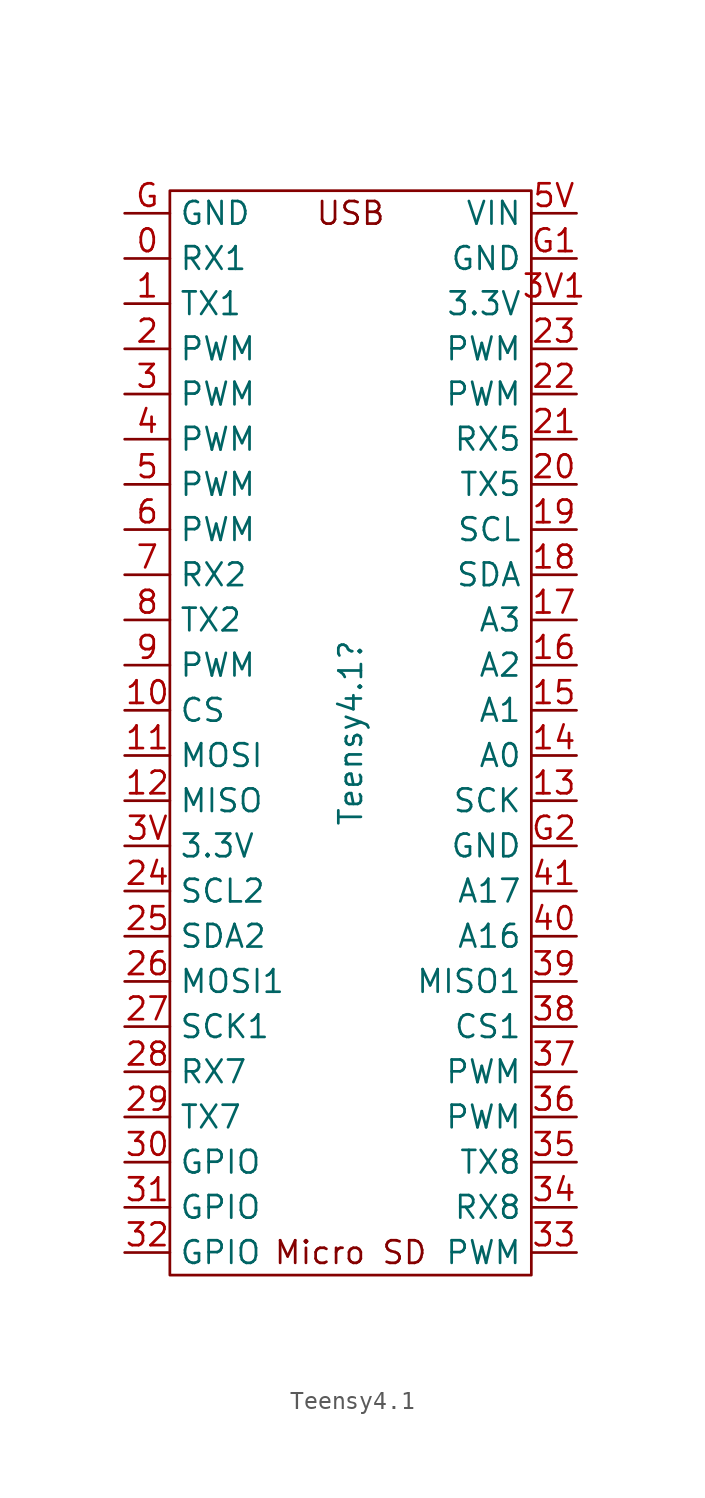
<source format=kicad_sym>
(kicad_symbol_lib
  (version 20241209)
  (generator "kicad_symbol_editor")
  (generator_version "9.0")
  (symbol "Teensy4.1"
    (property "Reference" "Teensy4.1"
      (at 0 0 90)
      (effects (font (size 1.27 1.27))))
    (property "Value" ""
      (at 0 0 0)
      (effects (font (size 1.27 1.27))))
    (symbol "Teensy4.1_0_1"
      (rectangle (start -10.16 30.48) (end 10.16 -30.48) (stroke (width 0) (type default)) (fill (type none))))
    (symbol "Teensy4.1_1_1"
      (text "USB" (at 0 29.21 0) (effects (font (size 1.27 1.27))))
      (text "Micro SD" (at 0 -29.21 0) (effects (font (size 1.27 1.27))))
      (pin input line (at -12.7 29.21 0) (length 2.54) (name "GND" (effects (font (size 1.27 1.27)))) (number "G" (effects (font (size 1.27 1.27)))))
      (pin input line (at -12.7 26.67 0) (length 2.54) (name "RX1" (effects (font (size 1.27 1.27)))) (number "0" (effects (font (size 1.27 1.27)))))
      (pin input line (at -12.7 24.13 0) (length 2.54) (name "TX1" (effects (font (size 1.27 1.27)))) (number "1" (effects (font (size 1.27 1.27)))))
      (pin input line (at -12.7 21.59 0) (length 2.54) (name "PWM" (effects (font (size 1.27 1.27)))) (number "2" (effects (font (size 1.27 1.27)))))
      (pin input line (at -12.7 19.05 0) (length 2.54) (name "PWM" (effects (font (size 1.27 1.27)))) (number "3" (effects (font (size 1.27 1.27)))))
      (pin input line (at -12.7 16.51 0) (length 2.54) (name "PWM" (effects (font (size 1.27 1.27)))) (number "4" (effects (font (size 1.27 1.27)))))
      (pin input line (at -12.7 13.97 0) (length 2.54) (name "PWM" (effects (font (size 1.27 1.27)))) (number "5" (effects (font (size 1.27 1.27)))))
      (pin input line (at -12.7 11.43 0) (length 2.54) (name "PWM" (effects (font (size 1.27 1.27)))) (number "6" (effects (font (size 1.27 1.27)))))
      (pin input line (at -12.7 8.89 0) (length 2.54) (name "RX2" (effects (font (size 1.27 1.27)))) (number "7" (effects (font (size 1.27 1.27)))))
      (pin input line (at -12.7 6.35 0) (length 2.54) (name "TX2" (effects (font (size 1.27 1.27)))) (number "8" (effects (font (size 1.27 1.27)))))
      (pin input line (at -12.7 3.81 0) (length 2.54) (name "PWM" (effects (font (size 1.27 1.27)))) (number "9" (effects (font (size 1.27 1.27)))))
      (pin input line (at -12.7 1.27 0) (length 2.54) (name "CS" (effects (font (size 1.27 1.27)))) (number "10" (effects (font (size 1.27 1.27)))))
      (pin input line (at -12.7 -1.27 0) (length 2.54) (name "MOSI" (effects (font (size 1.27 1.27)))) (number "11" (effects (font (size 1.27 1.27)))))
      (pin input line (at -12.7 -3.81 0) (length 2.54) (name "MISO" (effects (font (size 1.27 1.27)))) (number "12" (effects (font (size 1.27 1.27)))))
      (pin input line (at -12.7 -6.35 0) (length 2.54) (name "3.3V" (effects (font (size 1.27 1.27)))) (number "3V" (effects (font (size 1.27 1.27)))))
      (pin input line (at -12.7 -8.89 0) (length 2.54) (name "SCL2" (effects (font (size 1.27 1.27)))) (number "24" (effects (font (size 1.27 1.27)))))
      (pin input line (at -12.7 -11.43 0) (length 2.54) (name "SDA2" (effects (font (size 1.27 1.27)))) (number "25" (effects (font (size 1.27 1.27)))))
      (pin input line (at -12.7 -13.97 0) (length 2.54) (name "MOSI1" (effects (font (size 1.27 1.27)))) (number "26" (effects (font (size 1.27 1.27)))))
      (pin input line (at -12.7 -16.51 0) (length 2.54) (name "SCK1" (effects (font (size 1.27 1.27)))) (number "27" (effects (font (size 1.27 1.27)))))
      (pin input line (at -12.7 -19.05 0) (length 2.54) (name "RX7" (effects (font (size 1.27 1.27)))) (number "28" (effects (font (size 1.27 1.27)))))
      (pin input line (at -12.7 -21.59 0) (length 2.54) (name "TX7" (effects (font (size 1.27 1.27)))) (number "29" (effects (font (size 1.27 1.27)))))
      (pin input line (at -12.7 -24.13 0) (length 2.54) (name "GPIO" (effects (font (size 1.27 1.27)))) (number "30" (effects (font (size 1.27 1.27)))))
      (pin input line (at -12.7 -26.67 0) (length 2.54) (name "GPIO" (effects (font (size 1.27 1.27)))) (number "31" (effects (font (size 1.27 1.27)))))
      (pin input line (at -12.7 -29.21 0) (length 2.54) (name "GPIO" (effects (font (size 1.27 1.27)))) (number "32" (effects (font (size 1.27 1.27)))))
      (pin input line (at 12.7 29.21 180) (length 2.54) (name "VIN" (effects (font (size 1.27 1.27)))) (number "5V" (effects (font (size 1.27 1.27)))))
      (pin input line (at 12.7 26.67 180) (length 2.54) (name "GND" (effects (font (size 1.27 1.27)))) (number "G1" (effects (font (size 1.27 1.27)))))
      (pin input line (at 12.7 24.13 180) (length 2.54) (name "3.3V" (effects (font (size 1.27 1.27)))) (number "3V1" (effects (font (size 1.27 1.27)))))
      (pin input line (at 12.7 21.59 180) (length 2.54) (name "PWM" (effects (font (size 1.27 1.27)))) (number "23" (effects (font (size 1.27 1.27)))))
      (pin input line (at 12.7 19.05 180) (length 2.54) (name "PWM" (effects (font (size 1.27 1.27)))) (number "22" (effects (font (size 1.27 1.27)))))
      (pin input line (at 12.7 16.51 180) (length 2.54) (name "RX5" (effects (font (size 1.27 1.27)))) (number "21" (effects (font (size 1.27 1.27)))))
      (pin input line (at 12.7 13.97 180) (length 2.54) (name "TX5" (effects (font (size 1.27 1.27)))) (number "20" (effects (font (size 1.27 1.27)))))
      (pin input line (at 12.7 11.43 180) (length 2.54) (name "SCL" (effects (font (size 1.27 1.27)))) (number "19" (effects (font (size 1.27 1.27)))))
      (pin input line (at 12.7 8.89 180) (length 2.54) (name "SDA" (effects (font (size 1.27 1.27)))) (number "18" (effects (font (size 1.27 1.27)))))
      (pin input line (at 12.7 6.35 180) (length 2.54) (name "A3" (effects (font (size 1.27 1.27)))) (number "17" (effects (font (size 1.27 1.27)))))
      (pin input line (at 12.7 3.81 180) (length 2.54) (name "A2" (effects (font (size 1.27 1.27)))) (number "16" (effects (font (size 1.27 1.27)))))
      (pin input line (at 12.7 1.27 180) (length 2.54) (name "A1" (effects (font (size 1.27 1.27)))) (number "15" (effects (font (size 1.27 1.27)))))
      (pin input line (at 12.7 -1.27 180) (length 2.54) (name "A0" (effects (font (size 1.27 1.27)))) (number "14" (effects (font (size 1.27 1.27)))))
      (pin input line (at 12.7 -3.81 180) (length 2.54) (name "SCK" (effects (font (size 1.27 1.27)))) (number "13" (effects (font (size 1.27 1.27)))))
      (pin input line (at 12.7 -6.35 180) (length 2.54) (name "GND" (effects (font (size 1.27 1.27)))) (number "G2" (effects (font (size 1.27 1.27)))))
      (pin input line (at 12.7 -8.89 180) (length 2.54) (name "A17" (effects (font (size 1.27 1.27)))) (number "41" (effects (font (size 1.27 1.27)))))
      (pin input line (at 12.7 -11.43 180) (length 2.54) (name "A16" (effects (font (size 1.27 1.27)))) (number "40" (effects (font (size 1.27 1.27)))))
      (pin input line (at 12.7 -13.97 180) (length 2.54) (name "MISO1" (effects (font (size 1.27 1.27)))) (number "39" (effects (font (size 1.27 1.27)))))
      (pin input line (at 12.7 -16.51 180) (length 2.54) (name "CS1" (effects (font (size 1.27 1.27)))) (number "38" (effects (font (size 1.27 1.27)))))
      (pin input line (at 12.7 -19.05 180) (length 2.54) (name "PWM" (effects (font (size 1.27 1.27)))) (number "37" (effects (font (size 1.27 1.27)))))
      (pin input line (at 12.7 -21.59 180) (length 2.54) (name "PWM" (effects (font (size 1.27 1.27)))) (number "36" (effects (font (size 1.27 1.27)))))
      (pin input line (at 12.7 -24.13 180) (length 2.54) (name "TX8" (effects (font (size 1.27 1.27)))) (number "35" (effects (font (size 1.27 1.27)))))
      (pin input line (at 12.7 -26.67 180) (length 2.54) (name "RX8" (effects (font (size 1.27 1.27)))) (number "34" (effects (font (size 1.27 1.27)))))
      (pin input line (at 12.7 -29.21 180) (length 2.54) (name "PWM" (effects (font (size 1.27 1.27)))) (number "33" (effects (font (size 1.27 1.27))))))))
</source>
